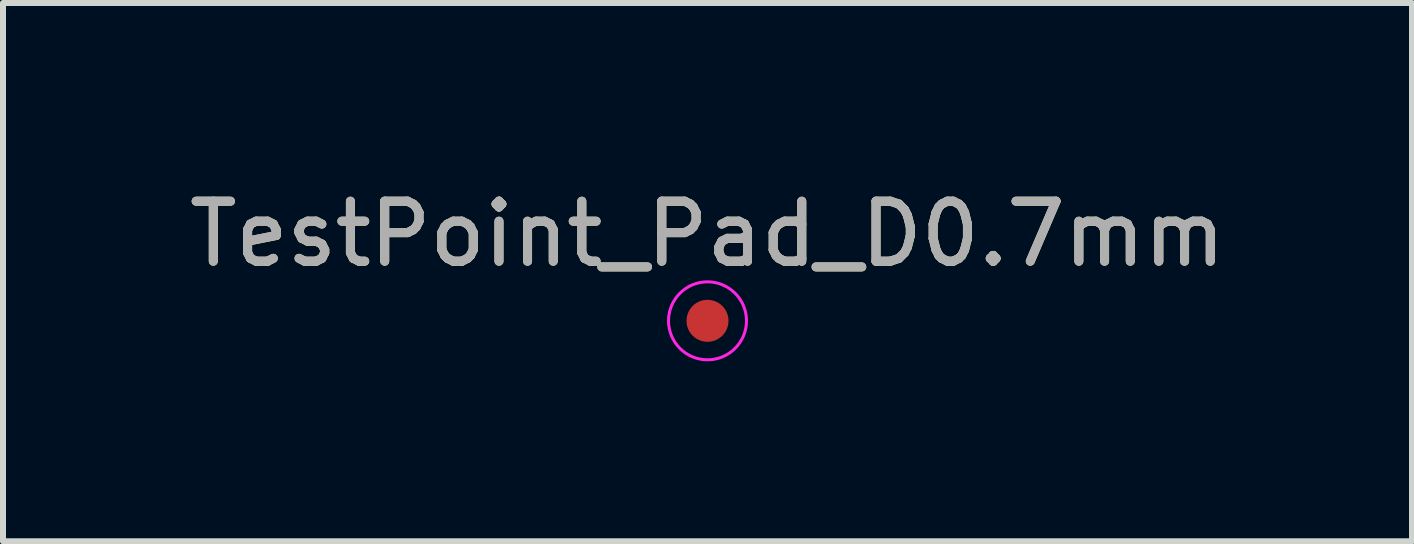
<source format=kicad_pcb>
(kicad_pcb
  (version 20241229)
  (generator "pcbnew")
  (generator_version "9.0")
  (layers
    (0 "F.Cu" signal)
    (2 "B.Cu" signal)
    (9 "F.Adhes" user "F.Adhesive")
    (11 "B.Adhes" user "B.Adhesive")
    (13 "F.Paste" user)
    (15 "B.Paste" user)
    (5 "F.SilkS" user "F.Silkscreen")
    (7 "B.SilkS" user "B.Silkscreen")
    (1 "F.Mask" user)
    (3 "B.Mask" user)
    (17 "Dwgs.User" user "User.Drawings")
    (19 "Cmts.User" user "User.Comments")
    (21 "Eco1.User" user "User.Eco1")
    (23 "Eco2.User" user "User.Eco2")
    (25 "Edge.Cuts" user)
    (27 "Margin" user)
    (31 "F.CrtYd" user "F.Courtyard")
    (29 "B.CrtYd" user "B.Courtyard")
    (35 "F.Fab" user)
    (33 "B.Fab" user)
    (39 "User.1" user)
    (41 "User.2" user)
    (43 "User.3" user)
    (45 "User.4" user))
  (footprint "TestPoint_Pad_D0.7mm"
    (layer "F.Cu")
    (at 8.744 2.298)
    (property "Reference" "TestPoint_Pad_D0.7mm" (at 0 -1.448 0) (layer "F.SilkS") (effects (font (size 1 1) (thickness 0.15))))
    (attr exclude_from_pos_files exclude_from_bom)
    (fp_circle (center 0 0) (end 0.65 0) (stroke (width 0.05) (type solid)) (fill no) (layer "F.CrtYd"))
    (fp_text user "${REFERENCE}" (at 0 -1.45 0) (layer "F.Fab") (effects (font (size 1 1) (thickness 0.15))))
    (pad "1" smd circle (at 0 0) (size 0.7 0.7) (layers "F.Cu" "F.Mask")))
  (gr_rect
    (start -3 -3)
    (end 20.488 5.973)
    (stroke (width 0.1) (type default))
    (fill no)
    (layer "Edge.Cuts")))
</source>
